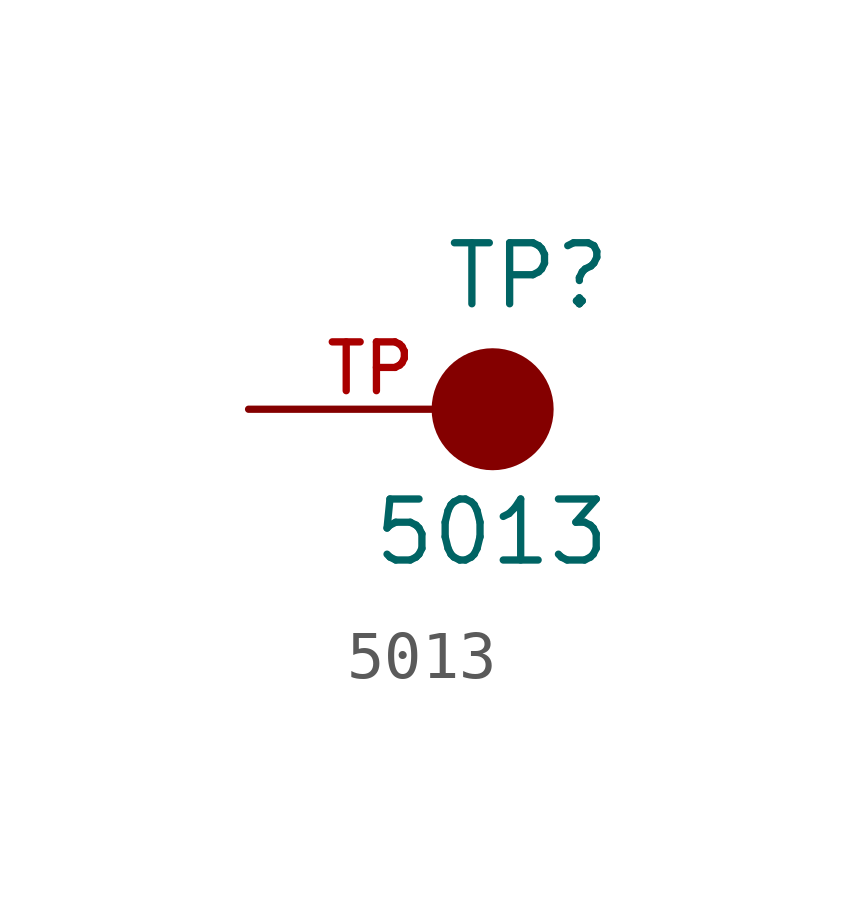
<source format=kicad_sym>
(kicad_symbol_lib
  (version 20241209)
  (generator "kicad_symbol_editor")
  (generator_version "9.0")
  (symbol "5013"
    (pin_names
      (offset 1.016))
    (property "Reference" "TP"
      (at -1.016 2.032 0)
      (effects (font (size 1.27 1.27)) (justify left bottom)))
    (property "Value" "5013"
      (at -2.54 -3.302 0)
      (effects (font (size 1.27 1.27)) (justify left bottom)))
    (symbol "5013_0_0"
      (circle (center 0 0) (radius 0.635) (stroke (width 1.27) (type default)) (fill (type none)))
      (pin passive line (at -5.08 0 0) (length 5.08) (name "~" (effects (font (size 1.016 1.016)))) (number "TP" (effects (font (size 1.016 1.016))))))))
</source>
